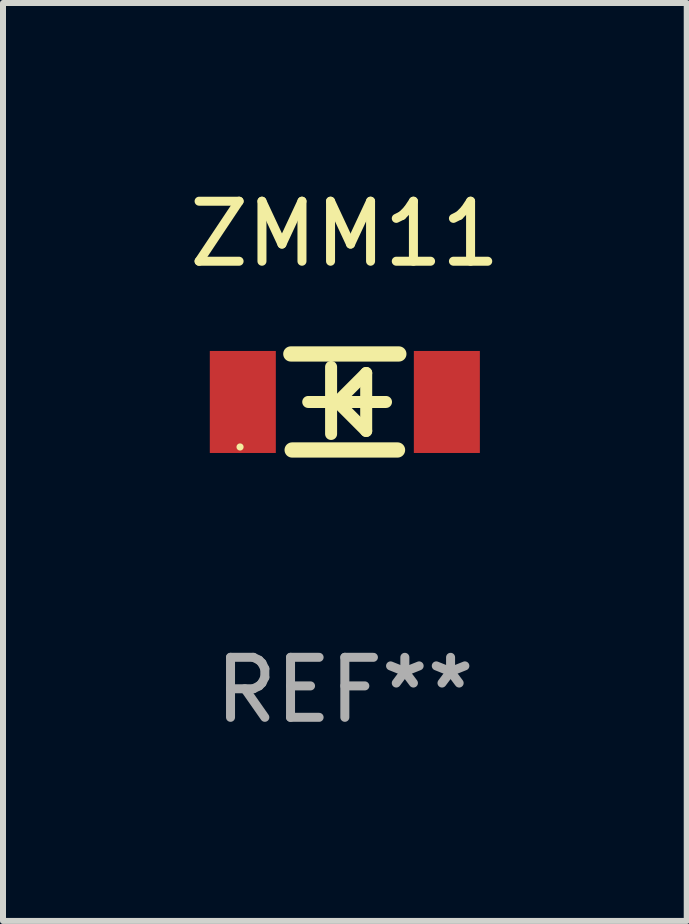
<source format=kicad_pcb>
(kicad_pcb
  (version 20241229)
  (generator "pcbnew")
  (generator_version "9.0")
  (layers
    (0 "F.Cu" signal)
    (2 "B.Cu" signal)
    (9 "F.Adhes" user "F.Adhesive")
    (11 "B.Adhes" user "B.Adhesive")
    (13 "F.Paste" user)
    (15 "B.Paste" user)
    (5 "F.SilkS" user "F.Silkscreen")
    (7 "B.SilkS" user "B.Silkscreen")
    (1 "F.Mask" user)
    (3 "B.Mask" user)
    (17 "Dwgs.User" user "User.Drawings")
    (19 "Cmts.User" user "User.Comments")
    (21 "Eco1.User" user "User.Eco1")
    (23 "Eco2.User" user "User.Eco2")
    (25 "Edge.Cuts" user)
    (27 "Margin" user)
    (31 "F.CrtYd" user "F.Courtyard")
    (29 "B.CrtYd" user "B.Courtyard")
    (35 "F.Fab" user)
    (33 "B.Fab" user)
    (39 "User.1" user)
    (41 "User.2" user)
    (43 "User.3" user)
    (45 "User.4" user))
  (footprint "ZMM11"
    (layer "F.Cu")
    (at 2.696 3.648)
    (property "Reference" "ZMM11" (at 0 -2.8 0) (layer "F.SilkS") (effects (font (size 1 1) (thickness 0.15))))
    (attr through_hole)
    (fp_line (start -0.9 -0.8) (end 0.9 -0.8) (stroke (width 0.254) (type solid)) (layer "F.SilkS"))
    (fp_line (start -0.878 0.8) (end 0.878 0.8) (stroke (width 0.254) (type solid)) (layer "F.SilkS"))
    (fp_line (start -0.61 0) (end 0.686 0) (stroke (width 0.2) (type solid)) (layer "F.SilkS"))
    (fp_line (start -0.229 -0.584) (end -0.229 0.533) (stroke (width 0.2) (type solid)) (layer "F.SilkS"))
    (fp_line (start -0.127 0) (end 0.356 -0.483) (stroke (width 0.2) (type solid)) (layer "F.SilkS"))
    (fp_line (start 0.356 -0.483) (end 0.356 0.483) (stroke (width 0.2) (type solid)) (layer "F.SilkS"))
    (fp_line (start 0.356 0.483) (end -0.102 0.025) (stroke (width 0.2) (type solid)) (layer "F.SilkS"))
    (fp_circle (center -1.746 0.75) (end -1.716 0.75) (stroke (width 0.06) (type solid)) (fill no) (layer "F.SilkS"))
    (fp_text user "REF**" (at 0 4.8 0) (layer "F.Fab") (effects (font (size 1 1) (thickness 0.15))))
    (pad "1" smd rect (at -1.7 0 180) (size 1.1 1.7) (layers "F.Cu" "F.Mask" "F.Paste"))
    (pad "2" smd rect (at 1.7 0 180) (size 1.1 1.7) (layers "F.Cu" "F.Mask" "F.Paste")))
  (gr_rect
    (start -3 -3)
    (end 8.393 12.296)
    (stroke (width 0.1) (type default))
    (fill no)
    (layer "Edge.Cuts")))
</source>
